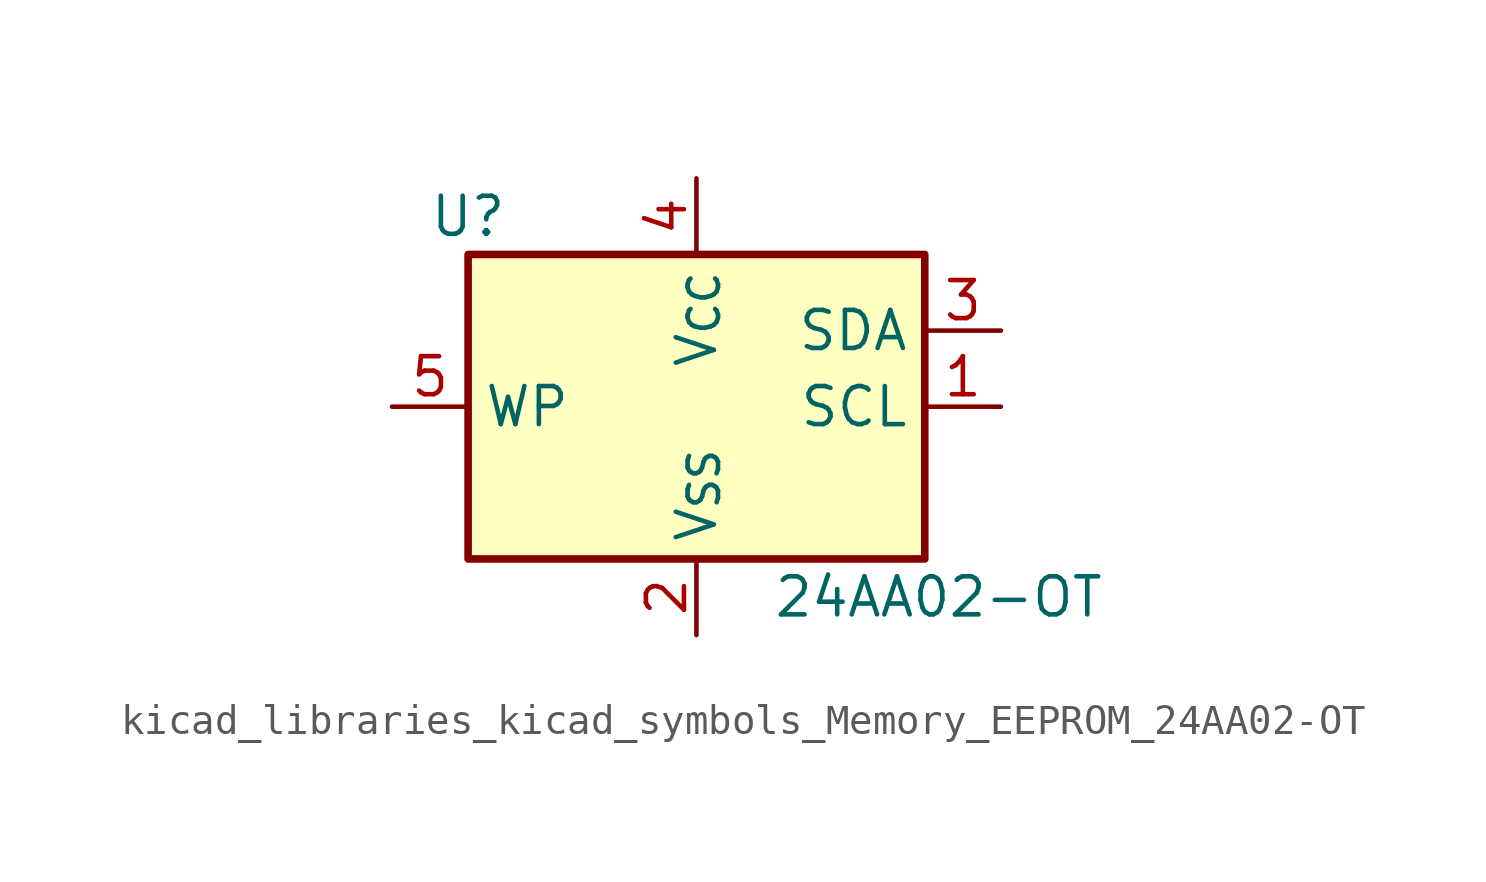
<source format=kicad_sym>
(kicad_symbol_lib
  (version 20220914)
  (generator kicad_symbol_editor)
  (symbol "kicad_libraries_kicad_symbols_Memory_EEPROM_24AA02-OT"
    (property "Reference" "U"
      (at -7.62 6.35 0)
      (effects (font (size 1.27 1.27))))
    (property "Value" "24AA02-OT"
      (at 2.54 -6.35 0)
      (effects (font (size 1.27 1.27)) (justify left)))
    (symbol "kicad_libraries_kicad_symbols_Memory_EEPROM_24AA02-OT_1_1"
      (rectangle (start -7.62 5.08) (end 7.62 -5.08) (stroke (width 0.254) (type default)) (fill (type background)))
      (pin input line (at 10.16 0 180) (length 2.54) (name "SCL" (effects (font (size 1.27 1.27)))) (number "1" (effects (font (size 1.27 1.27)))))
      (pin power_in line (at 0 -7.62 90) (length 2.54) (name "V_{SS}" (effects (font (size 1.27 1.27)))) (number "2" (effects (font (size 1.27 1.27)))))
      (pin bidirectional line (at 10.16 2.54 180) (length 2.54) (name "SDA" (effects (font (size 1.27 1.27)))) (number "3" (effects (font (size 1.27 1.27)))))
      (pin power_in line (at 0 7.62 270) (length 2.54) (name "V_{CC}" (effects (font (size 1.27 1.27)))) (number "4" (effects (font (size 1.27 1.27)))))
      (pin input line (at -10.16 0 0) (length 2.54) (name "WP" (effects (font (size 1.27 1.27)))) (number "5" (effects (font (size 1.27 1.27))))))))
</source>
